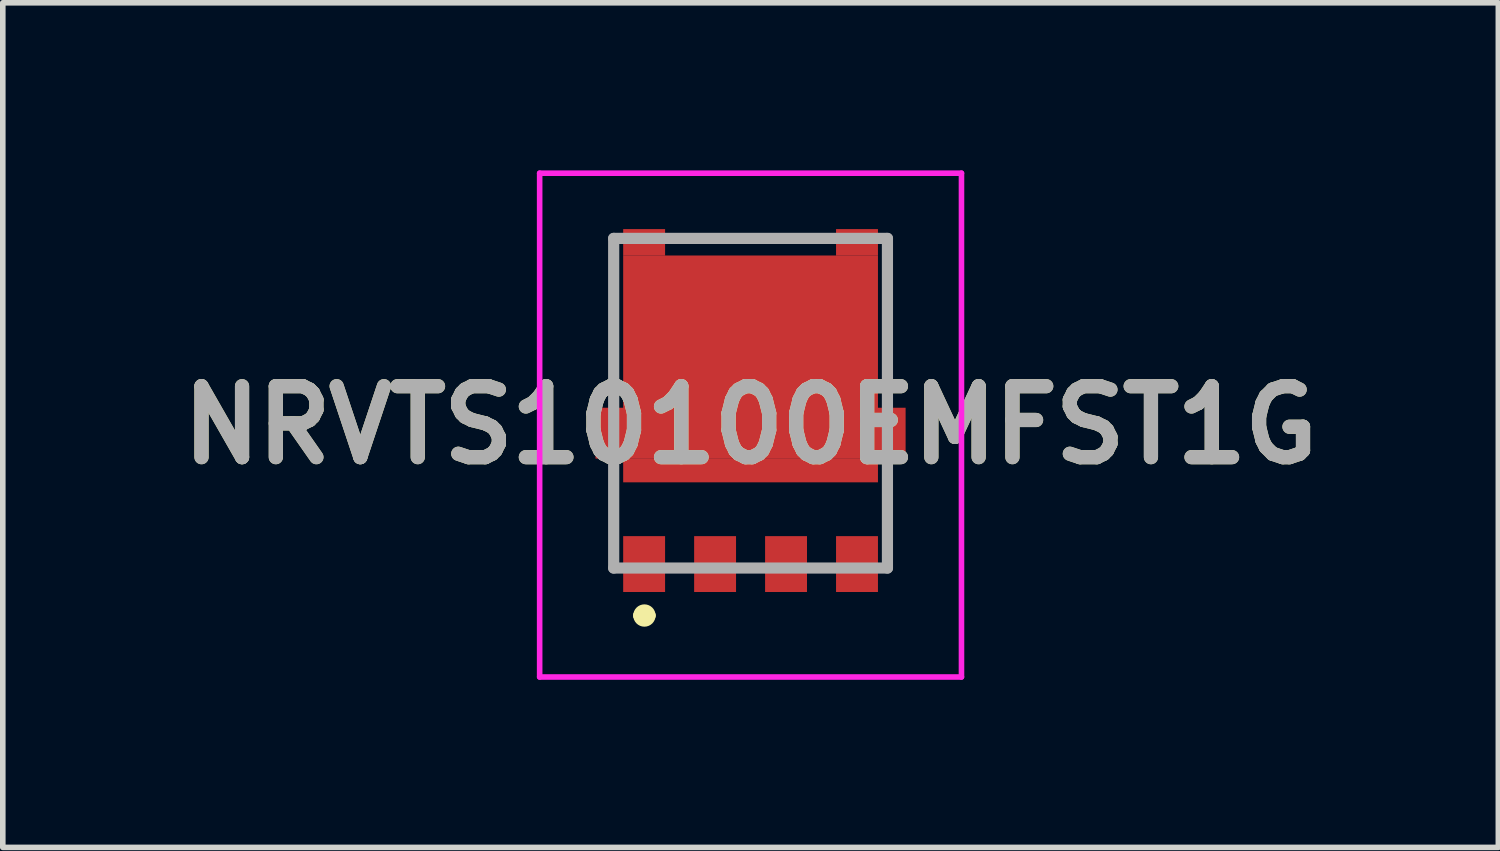
<source format=kicad_pcb>
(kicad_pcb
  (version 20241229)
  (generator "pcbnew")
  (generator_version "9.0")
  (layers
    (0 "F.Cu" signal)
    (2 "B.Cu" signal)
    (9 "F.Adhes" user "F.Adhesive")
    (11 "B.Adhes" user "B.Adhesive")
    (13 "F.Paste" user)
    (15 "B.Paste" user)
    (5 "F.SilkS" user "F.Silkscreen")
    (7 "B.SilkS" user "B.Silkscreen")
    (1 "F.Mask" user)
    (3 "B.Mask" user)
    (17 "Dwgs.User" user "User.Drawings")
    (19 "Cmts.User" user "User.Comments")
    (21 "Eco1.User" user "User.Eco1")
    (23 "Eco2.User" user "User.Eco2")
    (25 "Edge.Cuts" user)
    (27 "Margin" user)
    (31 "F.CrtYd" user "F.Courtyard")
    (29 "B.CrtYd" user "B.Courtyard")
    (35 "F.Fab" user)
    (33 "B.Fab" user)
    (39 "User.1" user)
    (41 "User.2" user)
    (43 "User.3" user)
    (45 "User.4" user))
  (footprint "NRVTS10100EMFST1G"
    (layer "F.Cu")
    (at 8.479 7.067)
    (property "Reference" "NRVTS10100EMFST1G" (at 1.905 -2.509 0) (layer "F.SilkS") (effects (font (size 1.27 1.27) (thickness 0.254))))
    (attr smd)
    (fp_line (start -0.545 -5.4) (end -0.545 -3.4) (stroke (width 0.1) (type solid)) (layer "F.SilkS"))
    (fp_line (start -0.545 -1.4) (end -0.545 -0.9) (stroke (width 0.1) (type solid)) (layer "F.SilkS"))
    (fp_line (start -0.095 0.9) (end -0.095 0.9) (stroke (width 0.2) (type solid)) (layer "F.SilkS"))
    (fp_line (start 0.105 0.9) (end 0.105 0.9) (stroke (width 0.2) (type solid)) (layer "F.SilkS"))
    (fp_line (start 0.905 -5.85) (end 2.905 -5.85) (stroke (width 0.1) (type solid)) (layer "F.SilkS"))
    (fp_line (start 4.355 -5.4) (end 4.355 -3.4) (stroke (width 0.1) (type solid)) (layer "F.SilkS"))
    (fp_line (start 4.355 -1.4) (end 4.355 -0.9) (stroke (width 0.1) (type solid)) (layer "F.SilkS"))
    (fp_arc (start -0.095 0.9) (mid 0.005 0.8) (end 0.105 0.9) (stroke (width 0.2) (type solid)) (layer "F.SilkS"))
    (fp_arc (start 0.105 0.9) (mid 0.005 1) (end -0.095 0.9) (stroke (width 0.2) (type solid)) (layer "F.SilkS"))
    (fp_line (start -1.87 -7.017) (end 5.68 -7.017) (stroke (width 0.1) (type solid)) (layer "F.CrtYd"))
    (fp_line (start -1.87 2) (end -1.87 -7.017) (stroke (width 0.1) (type solid)) (layer "F.CrtYd"))
    (fp_line (start 5.68 -7.017) (end 5.68 2) (stroke (width 0.1) (type solid)) (layer "F.CrtYd"))
    (fp_line (start 5.68 2) (end -1.87 2) (stroke (width 0.1) (type solid)) (layer "F.CrtYd"))
    (fp_line (start -0.545 -5.85) (end 4.355 -5.85) (stroke (width 0.2) (type solid)) (layer "F.Fab"))
    (fp_line (start -0.545 0.05) (end -0.545 -5.85) (stroke (width 0.2) (type solid)) (layer "F.Fab"))
    (fp_line (start 4.355 -5.85) (end 4.355 0.05) (stroke (width 0.2) (type solid)) (layer "F.Fab"))
    (fp_line (start 4.355 0.05) (end -0.545 0.05) (stroke (width 0.2) (type solid)) (layer "F.Fab"))
    (fp_text user "${REFERENCE}" (at 1.905 -2.509 0) (layer "F.Fab") (effects (font (size 1.27 1.27) (thickness 0.254))))
    (pad "1" smd rect (at 0 -0.021) (size 0.75 1) (layers "F.Cu" "F.Mask" "F.Paste"))
    (pad "1" smd rect (at 1.27 -0.021) (size 0.75 1) (layers "F.Cu" "F.Mask" "F.Paste"))
    (pad "1" smd rect (at 2.54 -0.021) (size 0.75 1) (layers "F.Cu" "F.Mask" "F.Paste"))
    (pad "4" smd rect (at 3.81 -0.021) (size 0.75 1) (layers "F.Cu" "F.Mask" "F.Paste"))
    (pad "5" smd rect (at 0 -5.779 90) (size 0.475 0.75) (layers "F.Cu" "F.Mask" "F.Paste"))
    (pad "5" smd rect (at 1.905 -4.179 90) (size 2.73 4.56) (layers "F.Cu" "F.Mask" "F.Paste"))
    (pad "5" smd rect (at 1.905 -2.364 90) (size 0.91 5.55) (layers "F.Cu" "F.Mask" "F.Paste"))
    (pad "5" smd rect (at 1.905 -1.699 90) (size 0.43 4.56) (layers "F.Cu" "F.Mask" "F.Paste"))
    (pad "5" smd rect (at 3.81 -5.779 90) (size 0.475 0.75) (layers "F.Cu" "F.Mask" "F.Paste")))
  (gr_rect
    (start -3 -3)
    (end 23.768 12.117)
    (stroke (width 0.1) (type default))
    (fill no)
    (layer "Edge.Cuts")))
</source>
